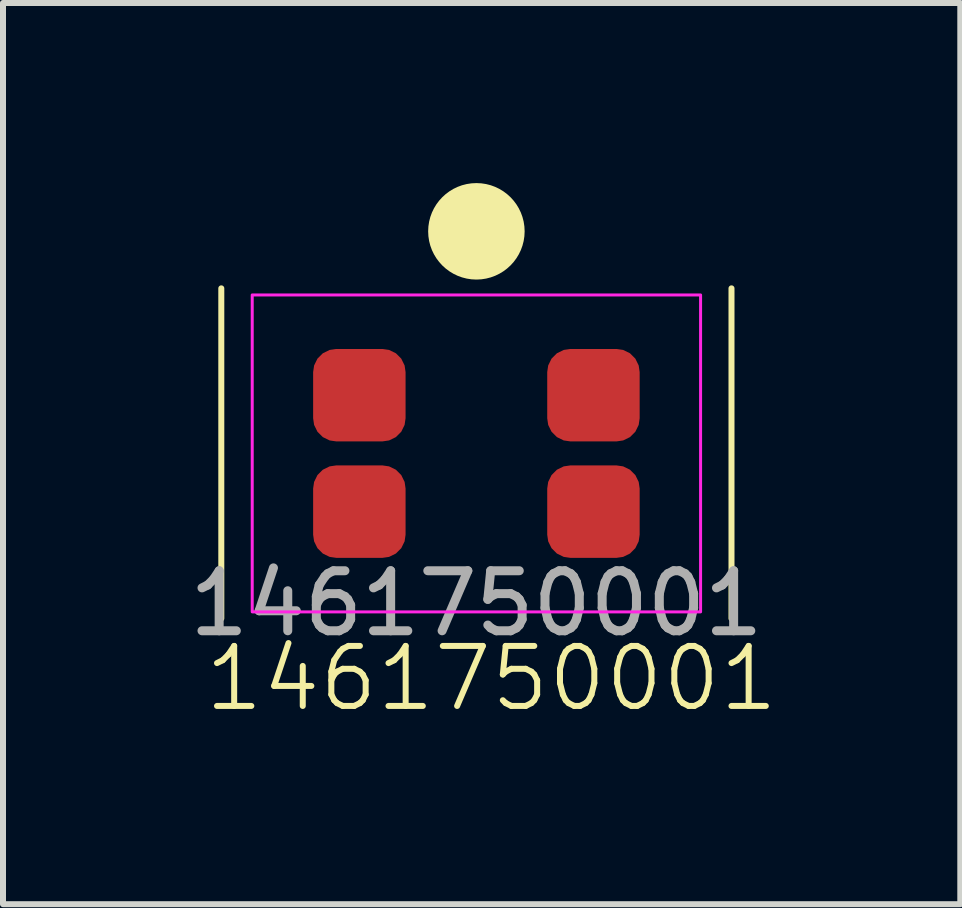
<source format=kicad_pcb>
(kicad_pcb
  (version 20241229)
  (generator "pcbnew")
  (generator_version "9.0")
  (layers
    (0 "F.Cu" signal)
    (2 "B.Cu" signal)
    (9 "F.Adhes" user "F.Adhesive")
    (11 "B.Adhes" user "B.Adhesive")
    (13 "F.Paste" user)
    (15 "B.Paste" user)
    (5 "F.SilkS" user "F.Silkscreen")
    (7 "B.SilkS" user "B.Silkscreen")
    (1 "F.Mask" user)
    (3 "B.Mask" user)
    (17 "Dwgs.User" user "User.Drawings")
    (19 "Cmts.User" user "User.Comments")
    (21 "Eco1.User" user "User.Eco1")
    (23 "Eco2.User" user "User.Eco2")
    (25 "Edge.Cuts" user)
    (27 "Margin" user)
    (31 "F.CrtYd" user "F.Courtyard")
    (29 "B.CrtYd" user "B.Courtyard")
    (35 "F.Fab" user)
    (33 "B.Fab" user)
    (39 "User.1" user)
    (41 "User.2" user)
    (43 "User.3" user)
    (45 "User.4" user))
  (footprint "1461750001"
    (layer "F.Cu")
    (at 4.887 4.504)
    (property "Reference" "1461750001" (at 0.25 3.75 0) (unlocked yes) (layer "F.SilkS") (effects (font (size 1 1) (thickness 0.1))))
    (attr smd)
    (fp_line (start -4.25 -2.75) (end -4.25 2.75) (stroke (width 0.1) (type default)) (layer "F.SilkS"))
    (fp_line (start 4.25 -2.75) (end 4.25 2.75) (stroke (width 0.1) (type default)) (layer "F.SilkS"))
    (fp_circle (center 0 -3.7) (end 0.75 -3.625) (stroke (width 0.1) (type solid)) (fill yes) (layer "F.SilkS"))
    (fp_rect (start -3.735 -2.64) (end 3.735 2.64) (stroke (width 0.05) (type default)) (fill no) (layer "F.CrtYd"))
    (fp_text user "${REFERENCE}" (at 0 2.5 0) (unlocked yes) (layer "F.Fab") (effects (font (size 1 1) (thickness 0.15))))
    (pad "1" smd roundrect (at -1.95 -0.97) (size 1.54 1.54) (layers "F.Cu" "F.Mask" "F.Paste") (roundrect_rratio 0.25))
    (pad "2" smd roundrect (at 1.95 -0.97) (size 1.54 1.54) (layers "F.Cu" "F.Mask" "F.Paste") (roundrect_rratio 0.25))
    (pad "3" smd roundrect (at -1.95 0.97) (size 1.54 1.54) (layers "F.Cu" "F.Mask" "F.Paste") (roundrect_rratio 0.25))
    (pad "4" smd roundrect (at 1.95 0.97) (size 1.54 1.54) (layers "F.Cu" "F.Mask" "F.Paste") (roundrect_rratio 0.25))
    (zone (net_name "") (layers "F.Cu" "B.Cu" "F.CrtYd") (name "1461750001_KEEPOUT") (hatch edge 0.5) (connect_pads) (min_thickness 0.25) (filled_areas_thickness no) (keepout (tracks allowed) (vias allowed) (pads not_allowed) (copperpour allowed) (footprints allowed)) (placement (enabled no)) (fill) (polygon (pts (xy 1.152 1.864) (xy 8.622 1.864) (xy 8.622 7.144) (xy 1.152 7.144)))))
  (gr_rect
    (start -3 -3)
    (end 12.949 12.014)
    (stroke (width 0.1) (type default))
    (fill no)
    (layer "Edge.Cuts")))
</source>
